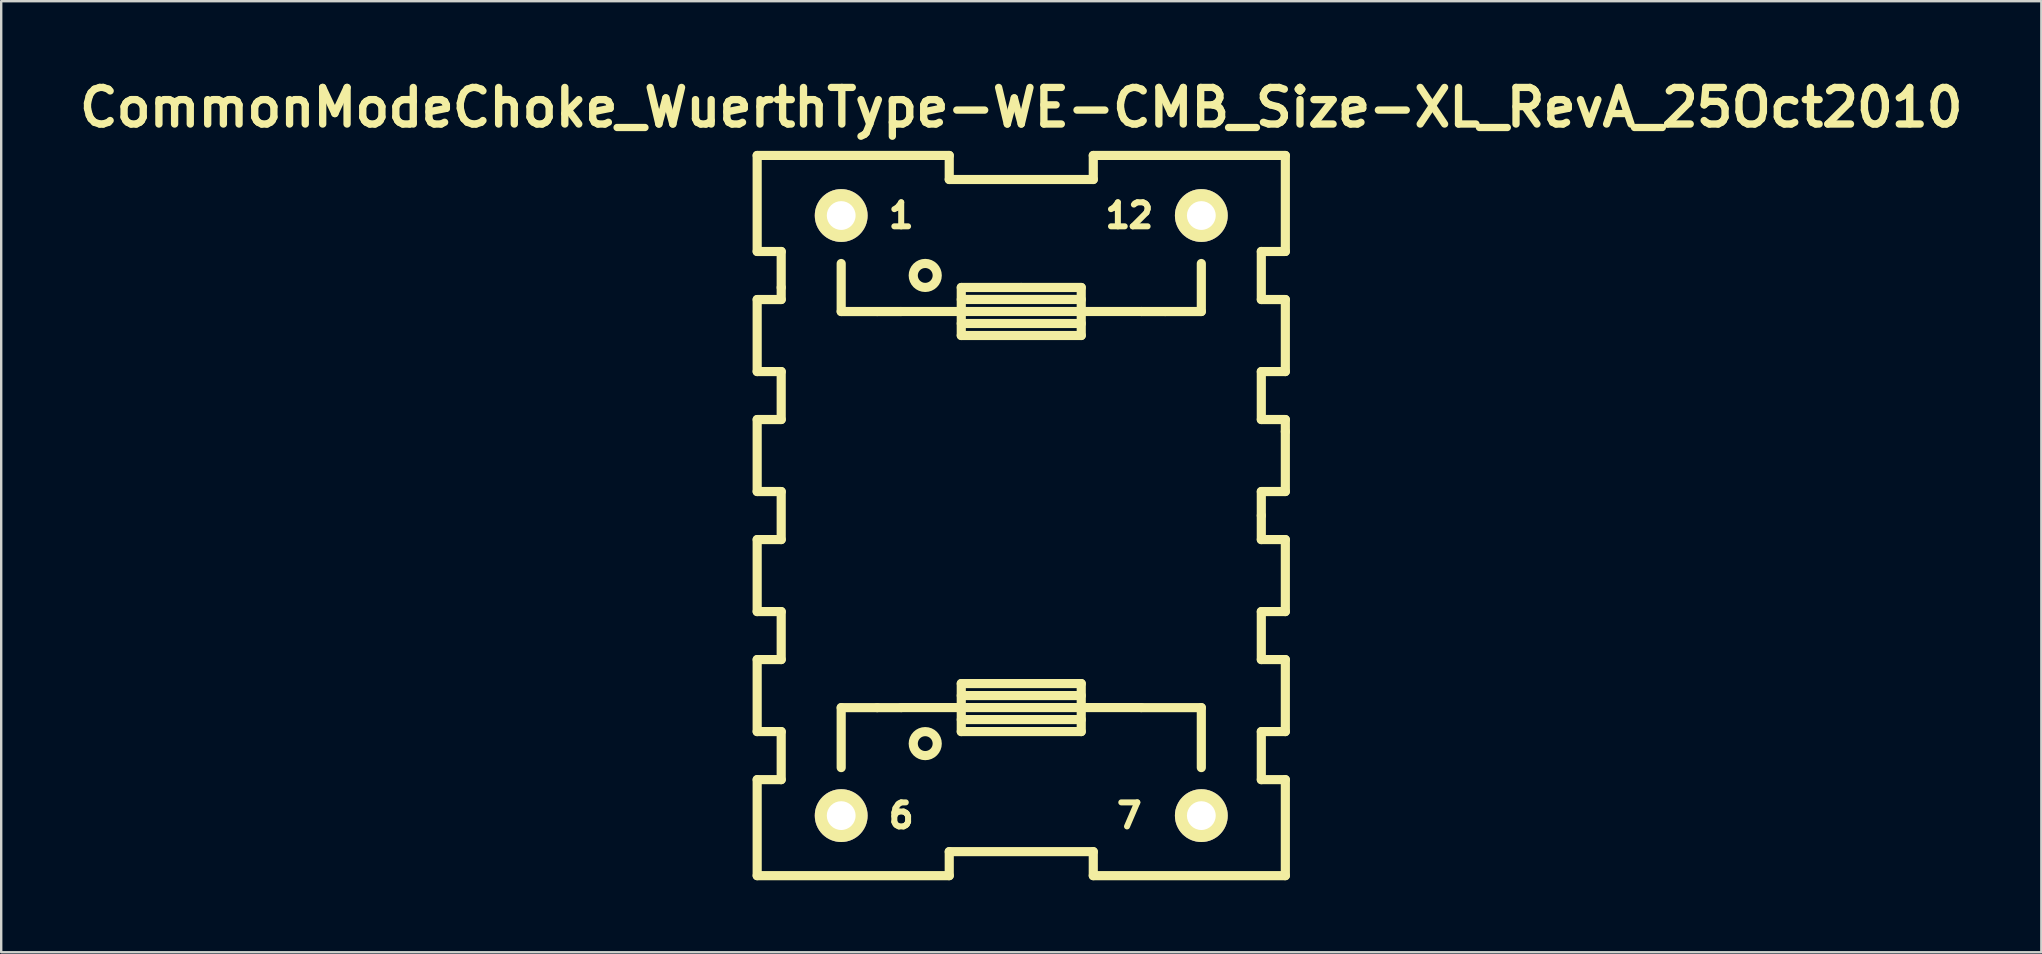
<source format=kicad_pcb>
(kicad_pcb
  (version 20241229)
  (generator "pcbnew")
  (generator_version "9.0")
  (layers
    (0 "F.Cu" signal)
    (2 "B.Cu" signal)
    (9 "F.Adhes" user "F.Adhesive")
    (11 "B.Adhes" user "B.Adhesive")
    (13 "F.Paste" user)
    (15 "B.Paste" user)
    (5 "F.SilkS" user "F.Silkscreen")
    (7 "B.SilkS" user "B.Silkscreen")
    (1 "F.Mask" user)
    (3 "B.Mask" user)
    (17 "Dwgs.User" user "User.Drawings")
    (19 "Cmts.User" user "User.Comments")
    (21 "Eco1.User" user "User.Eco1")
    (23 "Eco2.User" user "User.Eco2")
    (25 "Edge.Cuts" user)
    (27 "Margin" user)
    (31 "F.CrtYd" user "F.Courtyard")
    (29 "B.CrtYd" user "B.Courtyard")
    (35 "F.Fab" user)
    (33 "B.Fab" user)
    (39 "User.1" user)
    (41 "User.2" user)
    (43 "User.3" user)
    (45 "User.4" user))
  (footprint "CommonModeChoke_WuerthType-WE-CMB_Size-XL_RevA_25Oct2010"
    (layer "F.Cu")
    (at 39.493 18.427)
    (property "Reference" "CommonModeChoke_WuerthType-WE-CMB_Size-XL_RevA_25Oct2010" (at 0 -17 0) (layer "F.SilkS") (effects (font (size 1.524 1.524) (thickness 0.305))))
    (attr through_hole)
    (fp_line (start -11.001 -15.001) (end -11.001 -11.001) (stroke (width 0.381) (type solid)) (layer "F.SilkS"))
    (fp_line (start -11.001 -11.001) (end -10 -11.001) (stroke (width 0.381) (type solid)) (layer "F.SilkS"))
    (fp_line (start -11.001 -8.999) (end -11.001 -5.999) (stroke (width 0.381) (type solid)) (layer "F.SilkS"))
    (fp_line (start -11.001 -5.999) (end -10 -5.999) (stroke (width 0.381) (type solid)) (layer "F.SilkS"))
    (fp_line (start -11.001 -4) (end -11.001 -1.001) (stroke (width 0.381) (type solid)) (layer "F.SilkS"))
    (fp_line (start -11.001 -1.001) (end -10 -1.001) (stroke (width 0.381) (type solid)) (layer "F.SilkS"))
    (fp_line (start -11.001 1.001) (end -11.001 4) (stroke (width 0.381) (type solid)) (layer "F.SilkS"))
    (fp_line (start -11.001 4) (end -10 4) (stroke (width 0.381) (type solid)) (layer "F.SilkS"))
    (fp_line (start -11.001 5.999) (end -11.001 8.999) (stroke (width 0.381) (type solid)) (layer "F.SilkS"))
    (fp_line (start -11.001 8.999) (end -10 8.999) (stroke (width 0.381) (type solid)) (layer "F.SilkS"))
    (fp_line (start -11.001 11.001) (end -11.001 15.001) (stroke (width 0.381) (type solid)) (layer "F.SilkS"))
    (fp_line (start -10 -11.001) (end -10 -9.5) (stroke (width 0.381) (type solid)) (layer "F.SilkS"))
    (fp_line (start -10 -9.5) (end -10 -8.999) (stroke (width 0.381) (type solid)) (layer "F.SilkS"))
    (fp_line (start -10 -8.999) (end -11.001 -8.999) (stroke (width 0.381) (type solid)) (layer "F.SilkS"))
    (fp_line (start -10 -5.999) (end -10 -4) (stroke (width 0.381) (type solid)) (layer "F.SilkS"))
    (fp_line (start -10 -4) (end -11.001 -4) (stroke (width 0.381) (type solid)) (layer "F.SilkS"))
    (fp_line (start -10 -1.001) (end -10 1.001) (stroke (width 0.381) (type solid)) (layer "F.SilkS"))
    (fp_line (start -10 1.001) (end -11.001 1.001) (stroke (width 0.381) (type solid)) (layer "F.SilkS"))
    (fp_line (start -10 4) (end -10 5.999) (stroke (width 0.381) (type solid)) (layer "F.SilkS"))
    (fp_line (start -10 5.999) (end -11.001 5.999) (stroke (width 0.381) (type solid)) (layer "F.SilkS"))
    (fp_line (start -10 8.999) (end -10 11.001) (stroke (width 0.381) (type solid)) (layer "F.SilkS"))
    (fp_line (start -10 11.001) (end -11.001 11.001) (stroke (width 0.381) (type solid)) (layer "F.SilkS"))
    (fp_line (start -7.501 -8.499) (end -7.501 -10.5) (stroke (width 0.381) (type solid)) (layer "F.SilkS"))
    (fp_line (start -7.501 8.001) (end -7.501 10.5) (stroke (width 0.381) (type solid)) (layer "F.SilkS"))
    (fp_line (start -5.999 -8.499) (end -7.501 -8.499) (stroke (width 0.381) (type solid)) (layer "F.SilkS"))
    (fp_line (start -5.999 8.001) (end -7.501 8.001) (stroke (width 0.381) (type solid)) (layer "F.SilkS"))
    (fp_line (start -5.001 -8.499) (end -5.999 -8.499) (stroke (width 0.381) (type solid)) (layer "F.SilkS"))
    (fp_line (start -5.001 7.998) (end -2.499 7.998) (stroke (width 0.381) (type solid)) (layer "F.SilkS"))
    (fp_line (start -5.001 8.001) (end -5.999 8.001) (stroke (width 0.381) (type solid)) (layer "F.SilkS"))
    (fp_line (start -3 -15.001) (end -11.001 -15.001) (stroke (width 0.381) (type solid)) (layer "F.SilkS"))
    (fp_line (start -3 -14) (end -3 -15.001) (stroke (width 0.381) (type solid)) (layer "F.SilkS"))
    (fp_line (start -3 14) (end -3 15.001) (stroke (width 0.381) (type solid)) (layer "F.SilkS"))
    (fp_line (start -3 15.001) (end -11.001 15.001) (stroke (width 0.381) (type solid)) (layer "F.SilkS"))
    (fp_line (start -2.499 -9.502) (end 0 -9.502) (stroke (width 0.381) (type solid)) (layer "F.SilkS"))
    (fp_line (start -2.499 -8.501) (end -5.001 -8.501) (stroke (width 0.381) (type solid)) (layer "F.SilkS"))
    (fp_line (start -2.499 -8.501) (end 2.499 -8.501) (stroke (width 0.381) (type solid)) (layer "F.SilkS"))
    (fp_line (start -2.499 -8.001) (end 2.499 -8.001) (stroke (width 0.381) (type solid)) (layer "F.SilkS"))
    (fp_line (start -2.499 -7.501) (end -2.499 -9.502) (stroke (width 0.381) (type solid)) (layer "F.SilkS"))
    (fp_line (start -2.499 6.998) (end 2.499 6.998) (stroke (width 0.381) (type solid)) (layer "F.SilkS"))
    (fp_line (start -2.499 8.499) (end 2.499 8.499) (stroke (width 0.381) (type solid)) (layer "F.SilkS"))
    (fp_line (start -2.499 8.999) (end -2.499 6.998) (stroke (width 0.381) (type solid)) (layer "F.SilkS"))
    (fp_line (start 0 -9.502) (end 2.499 -9.502) (stroke (width 0.381) (type solid)) (layer "F.SilkS"))
    (fp_line (start 2.499 -9.502) (end 2.499 -7.501) (stroke (width 0.381) (type solid)) (layer "F.SilkS"))
    (fp_line (start 2.499 -9.002) (end -2.499 -9.002) (stroke (width 0.381) (type solid)) (layer "F.SilkS"))
    (fp_line (start 2.499 -8.501) (end 5.001 -8.501) (stroke (width 0.381) (type solid)) (layer "F.SilkS"))
    (fp_line (start 2.499 -7.501) (end -2.499 -7.501) (stroke (width 0.381) (type solid)) (layer "F.SilkS"))
    (fp_line (start 2.499 6.998) (end 2.499 8.999) (stroke (width 0.381) (type solid)) (layer "F.SilkS"))
    (fp_line (start 2.499 7.498) (end -2.499 7.498) (stroke (width 0.381) (type solid)) (layer "F.SilkS"))
    (fp_line (start 2.499 7.998) (end -2.499 7.998) (stroke (width 0.381) (type solid)) (layer "F.SilkS"))
    (fp_line (start 2.499 8.999) (end -2.499 8.999) (stroke (width 0.381) (type solid)) (layer "F.SilkS"))
    (fp_line (start 3 -15.001) (end 3 -14) (stroke (width 0.381) (type solid)) (layer "F.SilkS"))
    (fp_line (start 3 -14) (end -3 -14) (stroke (width 0.381) (type solid)) (layer "F.SilkS"))
    (fp_line (start 3 14) (end -3 14) (stroke (width 0.381) (type solid)) (layer "F.SilkS"))
    (fp_line (start 3 15.001) (end 3 14) (stroke (width 0.381) (type solid)) (layer "F.SilkS"))
    (fp_line (start 5.001 -8.499) (end 5.999 -8.499) (stroke (width 0.381) (type solid)) (layer "F.SilkS"))
    (fp_line (start 5.001 7.998) (end 2.499 7.998) (stroke (width 0.381) (type solid)) (layer "F.SilkS"))
    (fp_line (start 5.001 8.001) (end 7.501 8.001) (stroke (width 0.381) (type solid)) (layer "F.SilkS"))
    (fp_line (start 5.999 -8.499) (end 7.501 -8.499) (stroke (width 0.381) (type solid)) (layer "F.SilkS"))
    (fp_line (start 7.501 -8.499) (end 7.501 -10.5) (stroke (width 0.381) (type solid)) (layer "F.SilkS"))
    (fp_line (start 7.501 8.001) (end 7.501 10.5) (stroke (width 0.381) (type solid)) (layer "F.SilkS"))
    (fp_line (start 10 -11.001) (end 11.001 -11.001) (stroke (width 0.381) (type solid)) (layer "F.SilkS"))
    (fp_line (start 10 -8.999) (end 10 -11.001) (stroke (width 0.381) (type solid)) (layer "F.SilkS"))
    (fp_line (start 10 -5.999) (end 11.001 -5.999) (stroke (width 0.381) (type solid)) (layer "F.SilkS"))
    (fp_line (start 10 -4) (end 10 -5.999) (stroke (width 0.381) (type solid)) (layer "F.SilkS"))
    (fp_line (start 10 -1.001) (end 11.001 -1.001) (stroke (width 0.381) (type solid)) (layer "F.SilkS"))
    (fp_line (start 10 0) (end 10 -1.001) (stroke (width 0.381) (type solid)) (layer "F.SilkS"))
    (fp_line (start 10 0) (end 10 1.001) (stroke (width 0.381) (type solid)) (layer "F.SilkS"))
    (fp_line (start 10 1.001) (end 11.001 1.001) (stroke (width 0.381) (type solid)) (layer "F.SilkS"))
    (fp_line (start 10 4) (end 10 5.999) (stroke (width 0.381) (type solid)) (layer "F.SilkS"))
    (fp_line (start 10 5.999) (end 11.001 5.999) (stroke (width 0.381) (type solid)) (layer "F.SilkS"))
    (fp_line (start 10 8.999) (end 10 11.001) (stroke (width 0.381) (type solid)) (layer "F.SilkS"))
    (fp_line (start 10 11.001) (end 11.001 11.001) (stroke (width 0.381) (type solid)) (layer "F.SilkS"))
    (fp_line (start 11.001 -15.001) (end 3 -15.001) (stroke (width 0.381) (type solid)) (layer "F.SilkS"))
    (fp_line (start 11.001 -11.001) (end 11.001 -15.001) (stroke (width 0.381) (type solid)) (layer "F.SilkS"))
    (fp_line (start 11.001 -8.999) (end 10 -8.999) (stroke (width 0.381) (type solid)) (layer "F.SilkS"))
    (fp_line (start 11.001 -5.999) (end 11.001 -8.999) (stroke (width 0.381) (type solid)) (layer "F.SilkS"))
    (fp_line (start 11.001 -4) (end 10 -4) (stroke (width 0.381) (type solid)) (layer "F.SilkS"))
    (fp_line (start 11.001 -3.5) (end 11.001 -4) (stroke (width 0.381) (type solid)) (layer "F.SilkS"))
    (fp_line (start 11.001 -1.001) (end 11.001 -3.5) (stroke (width 0.381) (type solid)) (layer "F.SilkS"))
    (fp_line (start 11.001 1.001) (end 11.001 4) (stroke (width 0.381) (type solid)) (layer "F.SilkS"))
    (fp_line (start 11.001 4) (end 10 4) (stroke (width 0.381) (type solid)) (layer "F.SilkS"))
    (fp_line (start 11.001 5.999) (end 11.001 8.999) (stroke (width 0.381) (type solid)) (layer "F.SilkS"))
    (fp_line (start 11.001 8.999) (end 10 8.999) (stroke (width 0.381) (type solid)) (layer "F.SilkS"))
    (fp_line (start 11.001 11.001) (end 11.001 15.001) (stroke (width 0.381) (type solid)) (layer "F.SilkS"))
    (fp_line (start 11.001 15.001) (end 3 15.001) (stroke (width 0.381) (type solid)) (layer "F.SilkS"))
    (fp_circle (center -4 -10.003) (end -3.5 -10.003) (stroke (width 0.381) (type solid)) (fill no) (layer "F.SilkS"))
    (fp_circle (center -4 9.5) (end -3.5 9.5) (stroke (width 0.381) (type solid)) (fill no) (layer "F.SilkS"))
    (fp_text user "6" (at -5.001 12.499 0) (layer "F.SilkS") (effects (font (size 1.001 1.001) (thickness 0.251))))
    (fp_text user "12" (at 4.501 -12.499 0) (layer "F.SilkS") (effects (font (size 1.001 1.001) (thickness 0.251))))
    (fp_text user "1" (at -5.001 -12.499 0) (layer "F.SilkS") (effects (font (size 1.001 1.001) (thickness 0.251))))
    (fp_text user "7" (at 4.501 12.499 0) (layer "F.SilkS") (effects (font (size 1.001 1.001) (thickness 0.251))))
    (pad "1" thru_hole circle (at -7.501 -12.499) (size 2.2 2.2) (drill 1.199) (layers "*.Cu" "*.Mask" "F.SilkS"))
    (pad "6" thru_hole circle (at -7.501 12.499) (size 2.2 2.2) (drill 1.199) (layers "*.Cu" "*.Mask" "F.SilkS"))
    (pad "7" thru_hole circle (at 7.501 12.499) (size 2.2 2.2) (drill 1.199) (layers "*.Cu" "*.Mask" "F.SilkS"))
    (pad "12" thru_hole circle (at 7.501 -12.499) (size 2.2 2.2) (drill 1.199) (layers "*.Cu" "*.Mask" "F.SilkS")))
  (gr_rect
    (start -3 -3)
    (end 81.987 36.618)
    (stroke (width 0.1) (type default))
    (fill no)
    (layer "Edge.Cuts")))
</source>
